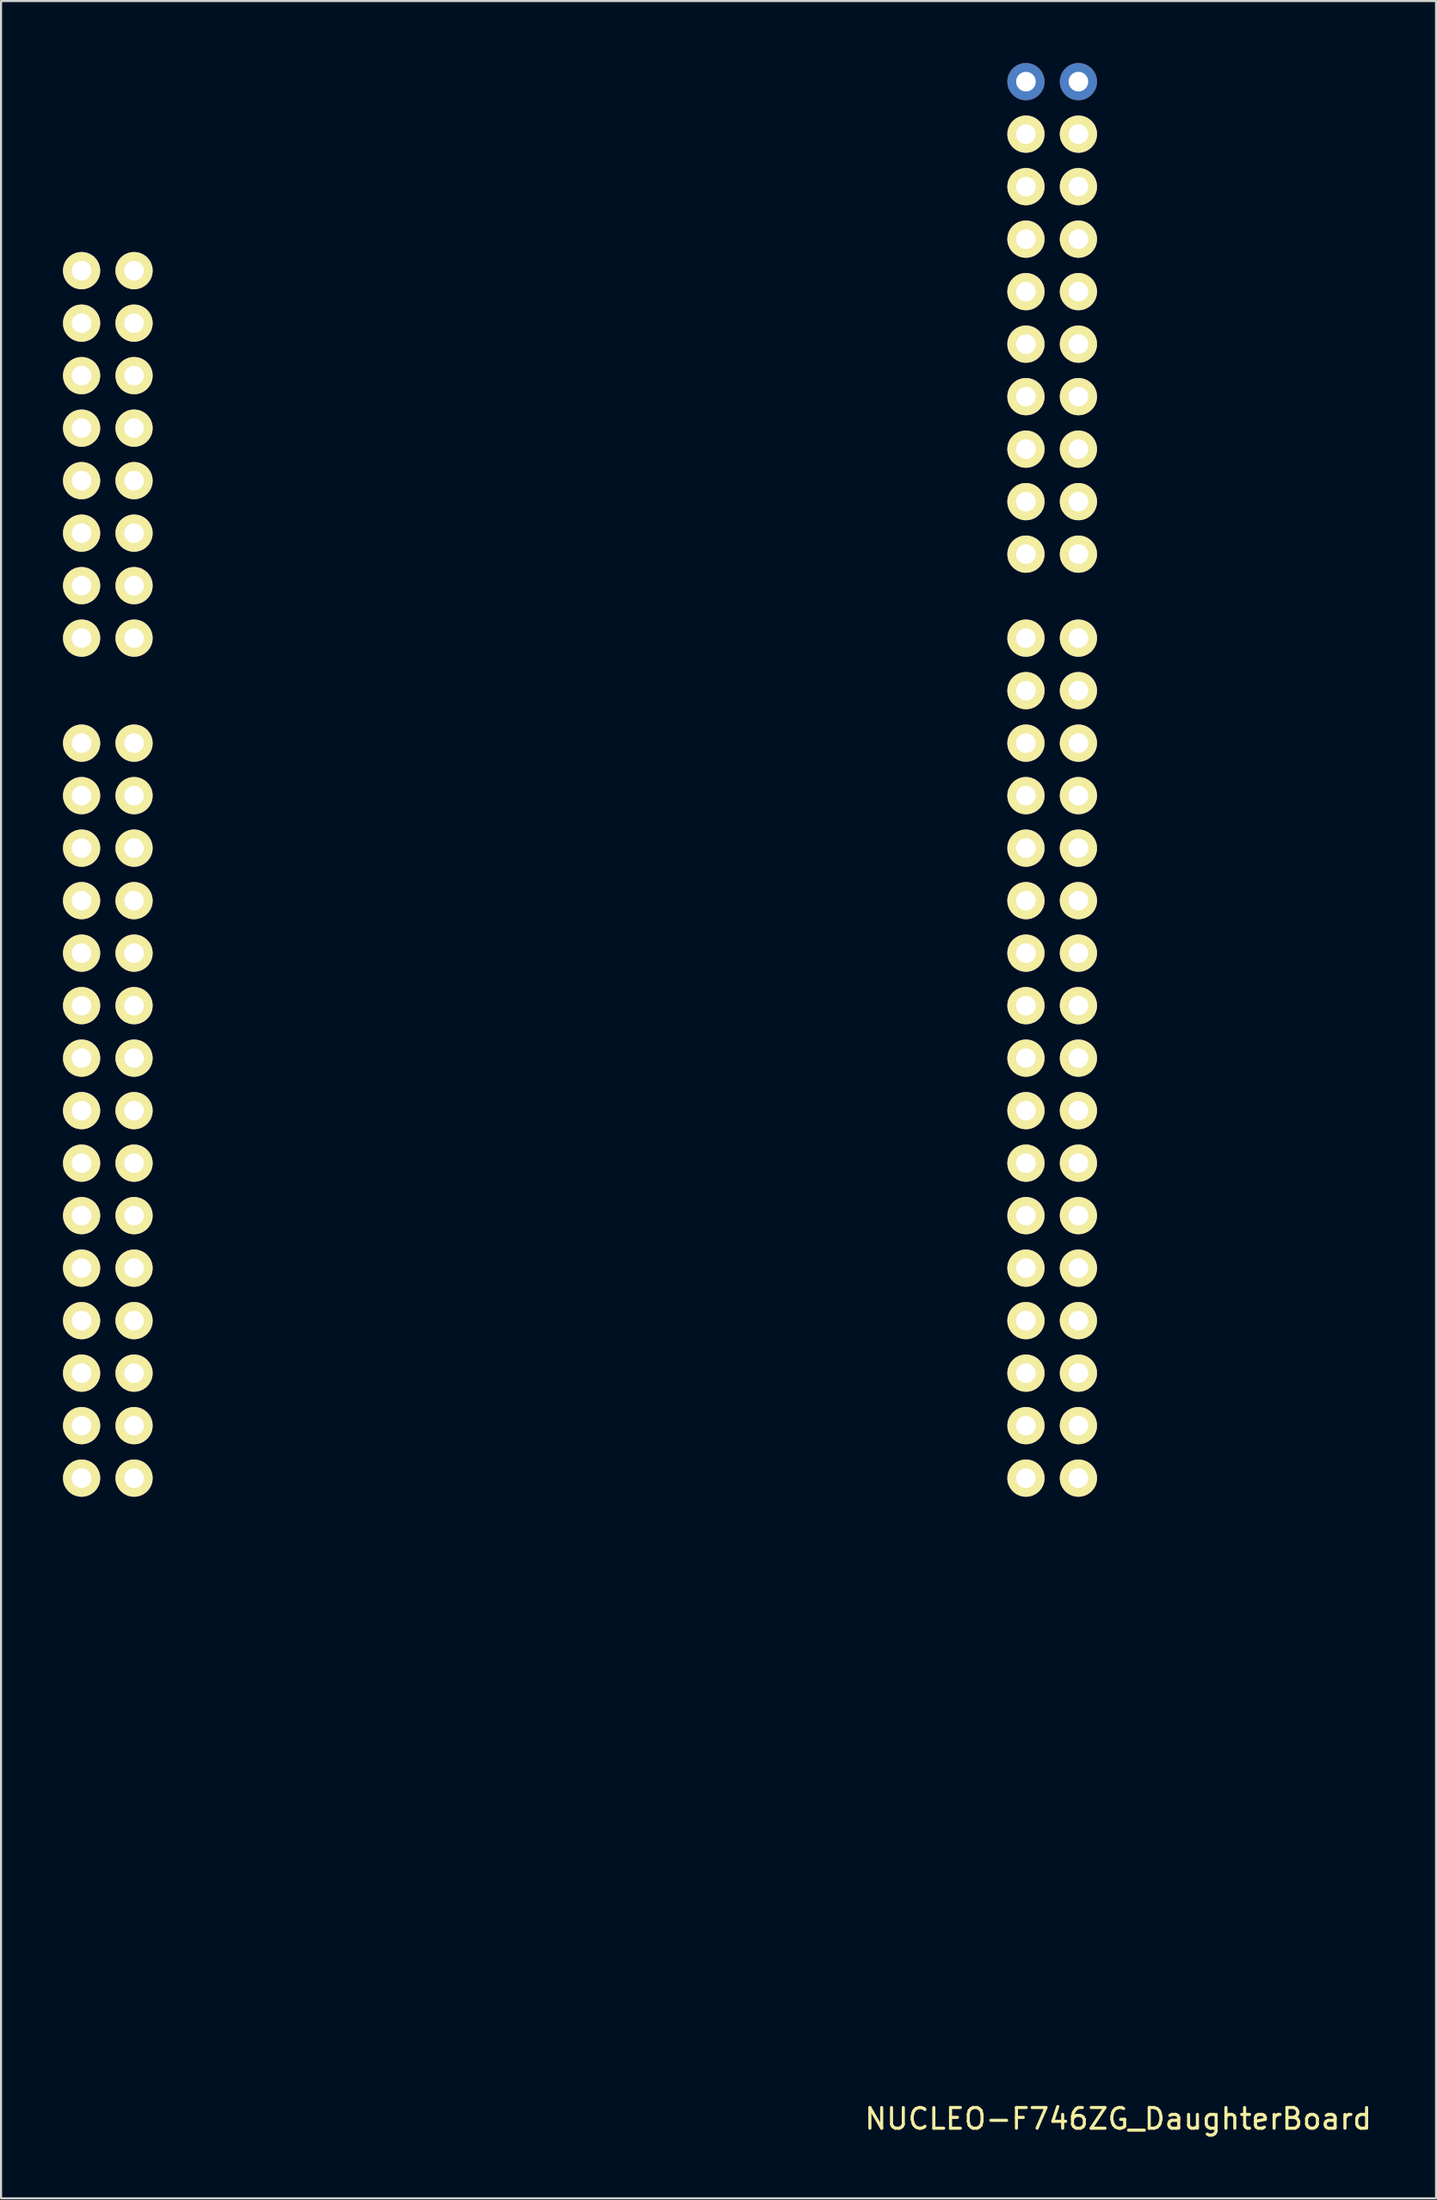
<source format=kicad_pcb>
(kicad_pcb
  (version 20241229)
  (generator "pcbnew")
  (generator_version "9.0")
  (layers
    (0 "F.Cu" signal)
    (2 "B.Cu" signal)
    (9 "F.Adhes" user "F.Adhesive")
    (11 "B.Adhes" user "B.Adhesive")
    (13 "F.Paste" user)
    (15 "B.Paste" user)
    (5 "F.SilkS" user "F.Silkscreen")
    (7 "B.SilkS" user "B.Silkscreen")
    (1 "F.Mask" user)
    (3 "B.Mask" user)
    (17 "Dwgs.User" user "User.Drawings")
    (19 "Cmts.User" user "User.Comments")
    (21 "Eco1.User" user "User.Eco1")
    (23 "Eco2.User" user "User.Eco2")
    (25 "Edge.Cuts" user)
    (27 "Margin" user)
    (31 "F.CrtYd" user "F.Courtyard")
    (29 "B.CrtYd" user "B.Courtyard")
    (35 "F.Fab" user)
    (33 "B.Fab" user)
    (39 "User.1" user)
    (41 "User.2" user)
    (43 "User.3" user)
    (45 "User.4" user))
  (footprint "NUCLEO-F746ZG_DaughterBoard"
    (layer "F.Cu")
    (at 0.9 45.604)
    (property "Reference" "NUCLEO-F746ZG_DaughterBoard" (at 50.188 53.856 0) (layer "F.SilkS") (effects (font (size 1 1) (thickness 0.15))))
    (attr through_hole)
    (pad "A1" thru_hole circle (at 0 -35.56) (size 1.8 1.8) (drill 0.95) (layers "*.Cu" "*.Mask" "F.SilkS"))
    (pad "A2" thru_hole circle (at 2.54 -35.56) (size 1.8 1.8) (drill 0.95) (layers "*.Cu" "*.Mask" "F.SilkS"))
    (pad "A3" thru_hole circle (at 0 -33.02) (size 1.8 1.8) (drill 0.95) (layers "*.Cu" "*.Mask" "F.SilkS"))
    (pad "A4" thru_hole circle (at 2.54 -33.02) (size 1.8 1.8) (drill 0.95) (layers "*.Cu" "*.Mask" "F.SilkS"))
    (pad "A5" thru_hole circle (at 0 -30.48) (size 1.8 1.8) (drill 0.95) (layers "*.Cu" "*.Mask" "F.SilkS"))
    (pad "A6" thru_hole circle (at 2.54 -30.48) (size 1.8 1.8) (drill 0.95) (layers "*.Cu" "*.Mask" "F.SilkS"))
    (pad "A7" thru_hole circle (at 0 -27.94) (size 1.8 1.8) (drill 0.95) (layers "*.Cu" "*.Mask" "F.SilkS"))
    (pad "A8" thru_hole circle (at 2.54 -27.94) (size 1.8 1.8) (drill 0.95) (layers "*.Cu" "*.Mask" "F.SilkS"))
    (pad "A9" thru_hole circle (at 0 -25.4) (size 1.8 1.8) (drill 0.95) (layers "*.Cu" "*.Mask" "F.SilkS"))
    (pad "A10" thru_hole circle (at 2.54 -25.4) (size 1.8 1.8) (drill 0.95) (layers "*.Cu" "*.Mask" "F.SilkS"))
    (pad "A11" thru_hole circle (at 0 -22.86) (size 1.8 1.8) (drill 0.95) (layers "*.Cu" "*.Mask" "F.SilkS"))
    (pad "A12" thru_hole circle (at 2.54 -22.86) (size 1.8 1.8) (drill 0.95) (layers "*.Cu" "*.Mask" "F.SilkS"))
    (pad "A13" thru_hole circle (at 0 -20.32) (size 1.8 1.8) (drill 0.95) (layers "*.Cu" "*.Mask" "F.SilkS"))
    (pad "A14" thru_hole circle (at 2.54 -20.32) (size 1.8 1.8) (drill 0.95) (layers "*.Cu" "*.Mask" "F.SilkS"))
    (pad "A15" thru_hole circle (at 0 -17.78) (size 1.8 1.8) (drill 0.95) (layers "*.Cu" "*.Mask" "F.SilkS"))
    (pad "A16" thru_hole circle (at 2.54 -17.78) (size 1.8 1.8) (drill 0.95) (layers "*.Cu" "*.Mask" "F.SilkS"))
    (pad "B1" thru_hole circle (at 45.72 -44.704) (size 1.8 1.8) (drill 0.95) (layers "*.Cu" "*.Mask"))
    (pad "B2" thru_hole circle (at 48.26 -44.704) (size 1.8 1.8) (drill 0.95) (layers "*.Cu" "*.Mask"))
    (pad "B3" thru_hole circle (at 45.72 -42.164) (size 1.8 1.8) (drill 0.95) (layers "*.Cu" "*.Mask" "F.SilkS"))
    (pad "B4" thru_hole circle (at 48.26 -42.164) (size 1.8 1.8) (drill 0.95) (layers "*.Cu" "*.Mask" "F.SilkS"))
    (pad "B5" thru_hole circle (at 45.72 -39.624) (size 1.8 1.8) (drill 0.95) (layers "*.Cu" "*.Mask" "F.SilkS"))
    (pad "B6" thru_hole circle (at 48.26 -39.624) (size 1.8 1.8) (drill 0.95) (layers "*.Cu" "*.Mask" "F.SilkS"))
    (pad "B7" thru_hole circle (at 45.72 -37.084) (size 1.8 1.8) (drill 0.95) (layers "*.Cu" "*.Mask" "F.SilkS"))
    (pad "B8" thru_hole circle (at 48.26 -37.084) (size 1.8 1.8) (drill 0.95) (layers "*.Cu" "*.Mask" "F.SilkS"))
    (pad "B9" thru_hole circle (at 45.72 -34.544) (size 1.8 1.8) (drill 0.95) (layers "*.Cu" "*.Mask" "F.SilkS"))
    (pad "B10" thru_hole circle (at 48.26 -34.544) (size 1.8 1.8) (drill 0.95) (layers "*.Cu" "*.Mask" "F.SilkS"))
    (pad "B11" thru_hole circle (at 45.72 -32.004) (size 1.8 1.8) (drill 0.95) (layers "*.Cu" "*.Mask" "F.SilkS"))
    (pad "B12" thru_hole circle (at 48.26 -32.004) (size 1.8 1.8) (drill 0.95) (layers "*.Cu" "*.Mask" "F.SilkS"))
    (pad "B13" thru_hole circle (at 45.72 -29.464) (size 1.8 1.8) (drill 0.95) (layers "*.Cu" "*.Mask" "F.SilkS"))
    (pad "B14" thru_hole circle (at 48.26 -29.464) (size 1.8 1.8) (drill 0.95) (layers "*.Cu" "*.Mask" "F.SilkS"))
    (pad "B15" thru_hole circle (at 45.72 -26.924) (size 1.8 1.8) (drill 0.95) (layers "*.Cu" "*.Mask" "F.SilkS"))
    (pad "B16" thru_hole circle (at 48.26 -26.924) (size 1.8 1.8) (drill 0.95) (layers "*.Cu" "*.Mask" "F.SilkS"))
    (pad "B17" thru_hole circle (at 45.72 -24.384) (size 1.8 1.8) (drill 0.95) (layers "*.Cu" "*.Mask" "F.SilkS"))
    (pad "B18" thru_hole circle (at 48.26 -24.384) (size 1.8 1.8) (drill 0.95) (layers "*.Cu" "*.Mask" "F.SilkS"))
    (pad "B19" thru_hole circle (at 45.72 -21.844) (size 1.8 1.8) (drill 0.95) (layers "*.Cu" "*.Mask" "F.SilkS"))
    (pad "B20" thru_hole circle (at 48.26 -21.844) (size 1.8 1.8) (drill 0.95) (layers "*.Cu" "*.Mask" "F.SilkS"))
    (pad "C1" thru_hole circle (at 0 -12.7) (size 1.8 1.8) (drill 0.95) (layers "*.Cu" "*.Mask" "F.SilkS"))
    (pad "C2" thru_hole circle (at 2.54 -12.7) (size 1.8 1.8) (drill 0.95) (layers "*.Cu" "*.Mask" "F.SilkS"))
    (pad "C3" thru_hole circle (at 0 -10.16) (size 1.8 1.8) (drill 0.95) (layers "*.Cu" "*.Mask" "F.SilkS"))
    (pad "C4" thru_hole circle (at 2.54 -10.16) (size 1.8 1.8) (drill 0.95) (layers "*.Cu" "*.Mask" "F.SilkS"))
    (pad "C5" thru_hole circle (at 0 -7.62) (size 1.8 1.8) (drill 0.95) (layers "*.Cu" "*.Mask" "F.SilkS"))
    (pad "C6" thru_hole circle (at 2.54 -7.62) (size 1.8 1.8) (drill 0.95) (layers "*.Cu" "*.Mask" "F.SilkS"))
    (pad "C7" thru_hole circle (at 0 -5.08) (size 1.8 1.8) (drill 0.95) (layers "*.Cu" "*.Mask" "F.SilkS"))
    (pad "C8" thru_hole circle (at 2.54 -5.08) (size 1.8 1.8) (drill 0.95) (layers "*.Cu" "*.Mask" "F.SilkS"))
    (pad "C9" thru_hole circle (at 0 -2.54) (size 1.8 1.8) (drill 0.95) (layers "*.Cu" "*.Mask" "F.SilkS"))
    (pad "C10" thru_hole circle (at 2.54 -2.54) (size 1.8 1.8) (drill 0.95) (layers "*.Cu" "*.Mask" "F.SilkS"))
    (pad "C11" thru_hole circle (at 0 0) (size 1.8 1.8) (drill 0.95) (layers "*.Cu" "*.Mask" "F.SilkS"))
    (pad "C12" thru_hole circle (at 2.54 0) (size 1.8 1.8) (drill 0.95) (layers "*.Cu" "*.Mask" "F.SilkS"))
    (pad "C13" thru_hole circle (at 0 2.54) (size 1.8 1.8) (drill 0.95) (layers "*.Cu" "*.Mask" "F.SilkS"))
    (pad "C14" thru_hole circle (at 2.54 2.54) (size 1.8 1.8) (drill 0.95) (layers "*.Cu" "*.Mask" "F.SilkS"))
    (pad "C15" thru_hole circle (at 0 5.08) (size 1.8 1.8) (drill 0.95) (layers "*.Cu" "*.Mask" "F.SilkS"))
    (pad "C16" thru_hole circle (at 2.54 5.08) (size 1.8 1.8) (drill 0.95) (layers "*.Cu" "*.Mask" "F.SilkS"))
    (pad "C17" thru_hole circle (at 0 7.62) (size 1.8 1.8) (drill 0.95) (layers "*.Cu" "*.Mask" "F.SilkS"))
    (pad "C18" thru_hole circle (at 2.54 7.62) (size 1.8 1.8) (drill 0.95) (layers "*.Cu" "*.Mask" "F.SilkS"))
    (pad "C19" thru_hole circle (at 0 10.16) (size 1.8 1.8) (drill 0.95) (layers "*.Cu" "*.Mask" "F.SilkS"))
    (pad "C20" thru_hole circle (at 2.54 10.16) (size 1.8 1.8) (drill 0.95) (layers "*.Cu" "*.Mask" "F.SilkS"))
    (pad "C21" thru_hole circle (at 0 12.7) (size 1.8 1.8) (drill 0.95) (layers "*.Cu" "*.Mask" "F.SilkS"))
    (pad "C22" thru_hole circle (at 2.54 12.7) (size 1.8 1.8) (drill 0.95) (layers "*.Cu" "*.Mask" "F.SilkS"))
    (pad "C23" thru_hole circle (at 0 15.24) (size 1.8 1.8) (drill 0.95) (layers "*.Cu" "*.Mask" "F.SilkS"))
    (pad "C24" thru_hole circle (at 2.54 15.24) (size 1.8 1.8) (drill 0.95) (layers "*.Cu" "*.Mask" "F.SilkS"))
    (pad "C25" thru_hole circle (at 0 17.78) (size 1.8 1.8) (drill 0.95) (layers "*.Cu" "*.Mask" "F.SilkS"))
    (pad "C26" thru_hole circle (at 2.54 17.78) (size 1.8 1.8) (drill 0.95) (layers "*.Cu" "*.Mask" "F.SilkS"))
    (pad "C27" thru_hole circle (at 0 20.32) (size 1.8 1.8) (drill 0.95) (layers "*.Cu" "*.Mask" "F.SilkS"))
    (pad "C28" thru_hole circle (at 2.54 20.32) (size 1.8 1.8) (drill 0.95) (layers "*.Cu" "*.Mask" "F.SilkS"))
    (pad "C29" thru_hole circle (at 0 22.86) (size 1.8 1.8) (drill 0.95) (layers "*.Cu" "*.Mask" "F.SilkS"))
    (pad "C30" thru_hole circle (at 2.54 22.86) (size 1.8 1.8) (drill 0.95) (layers "*.Cu" "*.Mask" "F.SilkS"))
    (pad "D1" thru_hole circle (at 45.72 -17.78) (size 1.8 1.8) (drill 0.95) (layers "*.Cu" "*.Mask" "F.SilkS"))
    (pad "D2" thru_hole circle (at 48.26 -17.78) (size 1.8 1.8) (drill 0.95) (layers "*.Cu" "*.Mask" "F.SilkS"))
    (pad "D3" thru_hole circle (at 45.72 -15.24) (size 1.8 1.8) (drill 0.95) (layers "*.Cu" "*.Mask" "F.SilkS"))
    (pad "D4" thru_hole circle (at 48.26 -15.24) (size 1.8 1.8) (drill 0.95) (layers "*.Cu" "*.Mask" "F.SilkS"))
    (pad "D5" thru_hole circle (at 45.72 -12.7) (size 1.8 1.8) (drill 0.95) (layers "*.Cu" "*.Mask" "F.SilkS"))
    (pad "D6" thru_hole circle (at 48.26 -12.7) (size 1.8 1.8) (drill 0.95) (layers "*.Cu" "*.Mask" "F.SilkS"))
    (pad "D7" thru_hole circle (at 45.72 -10.16) (size 1.8 1.8) (drill 0.95) (layers "*.Cu" "*.Mask" "F.SilkS"))
    (pad "D8" thru_hole circle (at 48.26 -10.16) (size 1.8 1.8) (drill 0.95) (layers "*.Cu" "*.Mask" "F.SilkS"))
    (pad "D9" thru_hole circle (at 45.72 -7.62) (size 1.8 1.8) (drill 0.95) (layers "*.Cu" "*.Mask" "F.SilkS"))
    (pad "D10" thru_hole circle (at 48.26 -7.62) (size 1.8 1.8) (drill 0.95) (layers "*.Cu" "*.Mask" "F.SilkS"))
    (pad "D11" thru_hole circle (at 45.72 -5.08) (size 1.8 1.8) (drill 0.95) (layers "*.Cu" "*.Mask" "F.SilkS"))
    (pad "D12" thru_hole circle (at 48.26 -5.08) (size 1.8 1.8) (drill 0.95) (layers "*.Cu" "*.Mask" "F.SilkS"))
    (pad "D13" thru_hole circle (at 45.72 -2.54) (size 1.8 1.8) (drill 0.95) (layers "*.Cu" "*.Mask" "F.SilkS"))
    (pad "D14" thru_hole circle (at 48.26 -2.54) (size 1.8 1.8) (drill 0.95) (layers "*.Cu" "*.Mask" "F.SilkS"))
    (pad "D15" thru_hole circle (at 45.72 0) (size 1.8 1.8) (drill 0.95) (layers "*.Cu" "*.Mask" "F.SilkS"))
    (pad "D16" thru_hole circle (at 48.26 0) (size 1.8 1.8) (drill 0.95) (layers "*.Cu" "*.Mask" "F.SilkS"))
    (pad "D17" thru_hole circle (at 45.72 2.54) (size 1.8 1.8) (drill 0.95) (layers "*.Cu" "*.Mask" "F.SilkS"))
    (pad "D18" thru_hole circle (at 48.26 2.54) (size 1.8 1.8) (drill 0.95) (layers "*.Cu" "*.Mask" "F.SilkS"))
    (pad "D19" thru_hole circle (at 45.72 5.08) (size 1.8 1.8) (drill 0.95) (layers "*.Cu" "*.Mask" "F.SilkS"))
    (pad "D20" thru_hole circle (at 48.26 5.08) (size 1.8 1.8) (drill 0.95) (layers "*.Cu" "*.Mask" "F.SilkS"))
    (pad "D21" thru_hole circle (at 45.72 7.62) (size 1.8 1.8) (drill 0.95) (layers "*.Cu" "*.Mask" "F.SilkS"))
    (pad "D22" thru_hole circle (at 48.26 7.62) (size 1.8 1.8) (drill 0.95) (layers "*.Cu" "*.Mask" "F.SilkS"))
    (pad "D23" thru_hole circle (at 45.72 10.16) (size 1.8 1.8) (drill 0.95) (layers "*.Cu" "*.Mask" "F.SilkS"))
    (pad "D24" thru_hole circle (at 48.26 10.16) (size 1.8 1.8) (drill 0.95) (layers "*.Cu" "*.Mask" "F.SilkS"))
    (pad "D25" thru_hole circle (at 45.72 12.7) (size 1.8 1.8) (drill 0.95) (layers "*.Cu" "*.Mask" "F.SilkS"))
    (pad "D26" thru_hole circle (at 48.26 12.7) (size 1.8 1.8) (drill 0.95) (layers "*.Cu" "*.Mask" "F.SilkS"))
    (pad "D27" thru_hole circle (at 45.72 15.24) (size 1.8 1.8) (drill 0.95) (layers "*.Cu" "*.Mask" "F.SilkS"))
    (pad "D28" thru_hole circle (at 48.26 15.24) (size 1.8 1.8) (drill 0.95) (layers "*.Cu" "*.Mask" "F.SilkS"))
    (pad "D29" thru_hole circle (at 45.72 17.78) (size 1.8 1.8) (drill 0.95) (layers "*.Cu" "*.Mask" "F.SilkS"))
    (pad "D30" thru_hole circle (at 48.26 17.78) (size 1.8 1.8) (drill 0.95) (layers "*.Cu" "*.Mask" "F.SilkS"))
    (pad "D31" thru_hole circle (at 45.72 20.32) (size 1.8 1.8) (drill 0.95) (layers "*.Cu" "*.Mask" "F.SilkS"))
    (pad "D32" thru_hole circle (at 48.26 20.32) (size 1.8 1.8) (drill 0.95) (layers "*.Cu" "*.Mask" "F.SilkS"))
    (pad "D33" thru_hole circle (at 45.72 22.86) (size 1.8 1.8) (drill 0.95) (layers "*.Cu" "*.Mask" "F.SilkS"))
    (pad "D34" thru_hole circle (at 48.26 22.86) (size 1.8 1.8) (drill 0.95) (layers "*.Cu" "*.Mask" "F.SilkS")))
  (gr_rect
    (start -3 -3)
    (end 66.475 103.308)
    (stroke (width 0.1) (type default))
    (fill no)
    (layer "Edge.Cuts")))
</source>
